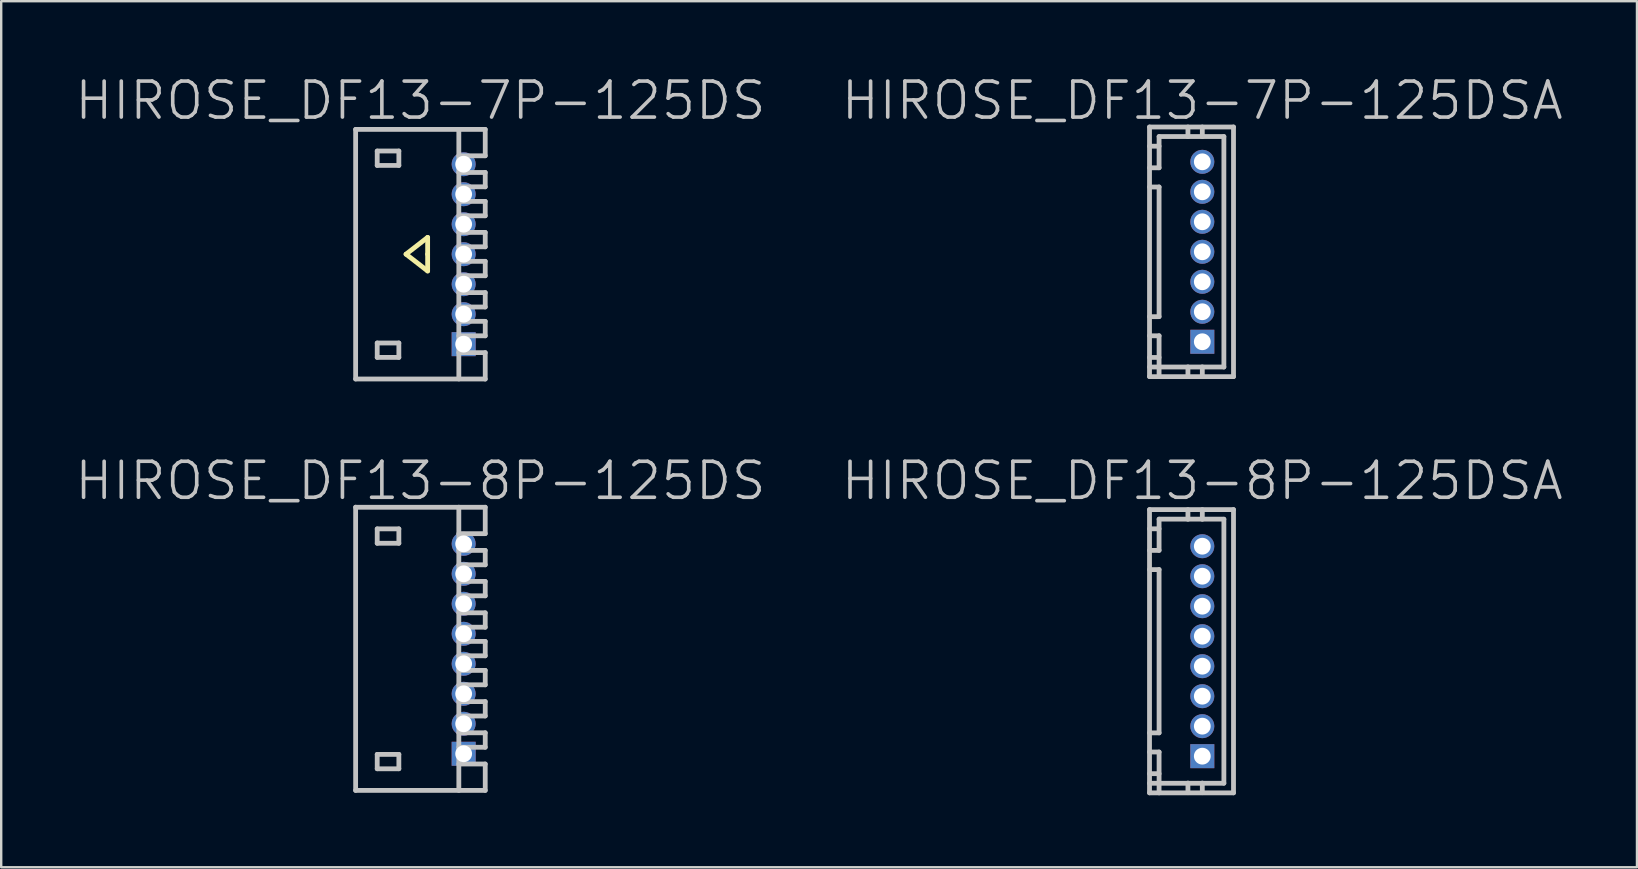
<source format=kicad_pcb>
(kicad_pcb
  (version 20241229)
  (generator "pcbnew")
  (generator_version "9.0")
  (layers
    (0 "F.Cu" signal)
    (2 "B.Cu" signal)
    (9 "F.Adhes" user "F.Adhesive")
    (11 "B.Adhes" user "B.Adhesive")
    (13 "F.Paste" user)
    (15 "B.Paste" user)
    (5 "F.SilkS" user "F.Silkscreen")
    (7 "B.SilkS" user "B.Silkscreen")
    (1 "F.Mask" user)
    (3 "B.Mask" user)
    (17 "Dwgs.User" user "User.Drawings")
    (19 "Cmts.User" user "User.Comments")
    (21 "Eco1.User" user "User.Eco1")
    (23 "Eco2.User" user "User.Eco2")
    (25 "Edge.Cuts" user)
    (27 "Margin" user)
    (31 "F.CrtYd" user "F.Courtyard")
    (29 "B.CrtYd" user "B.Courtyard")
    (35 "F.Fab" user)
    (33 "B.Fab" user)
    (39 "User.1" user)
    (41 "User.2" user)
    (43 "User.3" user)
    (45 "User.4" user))
  (footprint "HIROSE_DF13-7P-125DS"
    (layer "F.Cu")
    (at 14.468 7.541)
    (property "Reference" "HIROSE_DF13-7P-125DS" (at 0 -6.4 180) (layer "Dwgs.User") (effects (font (size 1.5 1.5) (thickness 0.15))))
    (attr through_hole)
    (fp_line (start -0.6 0) (end 0.3 0.7) (stroke (width 0.2) (type solid)) (layer "F.SilkS"))
    (fp_line (start 0.3 -0.7) (end -0.6 0) (stroke (width 0.2) (type solid)) (layer "F.SilkS"))
    (fp_line (start 0.3 0) (end 0.3 -0.7) (stroke (width 0.2) (type solid)) (layer "F.SilkS"))
    (fp_line (start 0.3 0.7) (end 0.3 0) (stroke (width 0.2) (type solid)) (layer "F.SilkS"))
    (fp_line (start -2.7 -5.199) (end -2.7 5.199) (stroke (width 0.2) (type solid)) (layer "Dwgs.User"))
    (fp_line (start -2.7 -5.199) (end 2.7 -5.199) (stroke (width 0.2) (type solid)) (layer "Dwgs.User"))
    (fp_line (start -2.7 5.202) (end 2.7 5.202) (stroke (width 0.2) (type solid)) (layer "Dwgs.User"))
    (fp_line (start -1.801 -4.298) (end -1.801 -3.698) (stroke (width 0.2) (type solid)) (layer "Dwgs.User"))
    (fp_line (start -1.801 -3.698) (end -0.899 -3.698) (stroke (width 0.2) (type solid)) (layer "Dwgs.User"))
    (fp_line (start -1.801 3.701) (end -0.899 3.701) (stroke (width 0.2) (type solid)) (layer "Dwgs.User"))
    (fp_line (start -1.801 4.3) (end -1.801 3.701) (stroke (width 0.2) (type solid)) (layer "Dwgs.User"))
    (fp_line (start -0.899 -4.298) (end -1.801 -4.298) (stroke (width 0.2) (type solid)) (layer "Dwgs.User"))
    (fp_line (start -0.899 -3.698) (end -0.899 -4.298) (stroke (width 0.2) (type solid)) (layer "Dwgs.User"))
    (fp_line (start -0.899 3.701) (end -0.899 4.3) (stroke (width 0.2) (type solid)) (layer "Dwgs.User"))
    (fp_line (start -0.899 4.3) (end -1.801 4.3) (stroke (width 0.2) (type solid)) (layer "Dwgs.User"))
    (fp_line (start 1.6 -4.1) (end 2.7 -4.1) (stroke (width 0.2) (type solid)) (layer "Dwgs.User"))
    (fp_line (start 1.6 -3.406) (end 2.7 -3.406) (stroke (width 0.2) (type solid)) (layer "Dwgs.User"))
    (fp_line (start 1.6 -2.807) (end 2.7 -2.807) (stroke (width 0.2) (type solid)) (layer "Dwgs.User"))
    (fp_line (start 1.6 -2.2) (end 2.7 -2.2) (stroke (width 0.2) (type solid)) (layer "Dwgs.User"))
    (fp_line (start 1.6 -0.907) (end 2.7 -0.907) (stroke (width 0.2) (type solid)) (layer "Dwgs.User"))
    (fp_line (start 1.6 0.297) (end 2.7 0.297) (stroke (width 0.2) (type solid)) (layer "Dwgs.User"))
    (fp_line (start 1.6 1.6) (end 2.7 1.6) (stroke (width 0.2) (type solid)) (layer "Dwgs.User"))
    (fp_line (start 1.6 2.799) (end 2.7 2.799) (stroke (width 0.2) (type solid)) (layer "Dwgs.User"))
    (fp_line (start 1.6 4.102) (end 2.7 4.102) (stroke (width 0.2) (type solid)) (layer "Dwgs.User"))
    (fp_line (start 1.6 5.199) (end 1.6 -5.199) (stroke (width 0.2) (type solid)) (layer "Dwgs.User"))
    (fp_line (start 2.7 -4.1) (end 2.7 -5.199) (stroke (width 0.2) (type solid)) (layer "Dwgs.User"))
    (fp_line (start 2.7 -2.807) (end 2.7 -3.406) (stroke (width 0.2) (type solid)) (layer "Dwgs.User"))
    (fp_line (start 2.7 -2.2) (end 2.7 -1.6) (stroke (width 0.2) (type solid)) (layer "Dwgs.User"))
    (fp_line (start 2.7 -1.6) (end 1.6 -1.6) (stroke (width 0.2) (type solid)) (layer "Dwgs.User"))
    (fp_line (start 2.7 -0.907) (end 2.7 -0.307) (stroke (width 0.2) (type solid)) (layer "Dwgs.User"))
    (fp_line (start 2.7 -0.307) (end 1.6 -0.307) (stroke (width 0.2) (type solid)) (layer "Dwgs.User"))
    (fp_line (start 2.7 0.297) (end 2.7 0.899) (stroke (width 0.2) (type solid)) (layer "Dwgs.User"))
    (fp_line (start 2.7 0.899) (end 1.6 0.899) (stroke (width 0.2) (type solid)) (layer "Dwgs.User"))
    (fp_line (start 2.7 1.6) (end 2.7 2.2) (stroke (width 0.2) (type solid)) (layer "Dwgs.User"))
    (fp_line (start 2.7 2.2) (end 1.6 2.2) (stroke (width 0.2) (type solid)) (layer "Dwgs.User"))
    (fp_line (start 2.7 2.799) (end 2.7 3.401) (stroke (width 0.2) (type solid)) (layer "Dwgs.User"))
    (fp_line (start 2.7 3.401) (end 1.6 3.401) (stroke (width 0.2) (type solid)) (layer "Dwgs.User"))
    (fp_line (start 2.7 5.202) (end 2.7 4.102) (stroke (width 0.2) (type solid)) (layer "Dwgs.User"))
    (pad "1" thru_hole rect (at 1.801 3.749 270) (size 1 1) (drill 0.7) (layers "*.Cu" "*.Mask"))
    (pad "2" thru_hole circle (at 1.801 2.499 270) (size 1 1) (drill 0.7) (layers "*.Cu" "*.Mask"))
    (pad "3" thru_hole circle (at 1.801 1.25 270) (size 1 1) (drill 0.7) (layers "*.Cu" "*.Mask"))
    (pad "4" thru_hole circle (at 1.801 0 270) (size 1 1) (drill 0.7) (layers "*.Cu" "*.Mask"))
    (pad "5" thru_hole circle (at 1.801 -1.25 270) (size 1 1) (drill 0.7) (layers "*.Cu" "*.Mask"))
    (pad "6" thru_hole circle (at 1.801 -2.499 270) (size 1 1) (drill 0.7) (layers "*.Cu" "*.Mask"))
    (pad "7" thru_hole circle (at 1.801 -3.749 270) (size 1 1) (drill 0.7) (layers "*.Cu" "*.Mask")))
  (footprint "HIROSE_DF13-8P-125DSA"
    (layer "F.Cu")
    (at 47.046 24.083)
    (property "Reference" "HIROSE_DF13-8P-125DSA" (at 0 -7.1 180) (layer "Dwgs.User") (effects (font (size 1.5 1.5) (thickness 0.15))))
    (attr through_hole)
    (fp_line (start -2.2 -5.9) (end 1.3 -5.9) (stroke (width 0.2) (type solid)) (layer "Dwgs.User"))
    (fp_line (start -2.2 -3.401) (end -1.801 -3.401) (stroke (width 0.2) (type solid)) (layer "Dwgs.User"))
    (fp_line (start -2.2 3.404) (end -1.801 3.404) (stroke (width 0.2) (type solid)) (layer "Dwgs.User"))
    (fp_line (start -2.2 5.9) (end -2.2 -5.9) (stroke (width 0.2) (type solid)) (layer "Dwgs.User"))
    (fp_line (start -1.801 -5.1) (end -2.2 -5.1) (stroke (width 0.2) (type solid)) (layer "Dwgs.User"))
    (fp_line (start -1.801 -4.201) (end -2.2 -4.201) (stroke (width 0.2) (type solid)) (layer "Dwgs.User"))
    (fp_line (start -1.801 -4.201) (end -1.801 -5.502) (stroke (width 0.2) (type solid)) (layer "Dwgs.User"))
    (fp_line (start -1.801 -3.401) (end -1.801 3.401) (stroke (width 0.2) (type solid)) (layer "Dwgs.User"))
    (fp_line (start -1.801 4.201) (end -2.2 4.201) (stroke (width 0.2) (type solid)) (layer "Dwgs.User"))
    (fp_line (start -1.801 4.201) (end -1.801 5.903) (stroke (width 0.2) (type solid)) (layer "Dwgs.User"))
    (fp_line (start -1.801 5.103) (end -2.2 5.103) (stroke (width 0.2) (type solid)) (layer "Dwgs.User"))
    (fp_line (start -0.599 -5.497) (end -0.599 -5.898) (stroke (width 0.2) (type solid)) (layer "Dwgs.User"))
    (fp_line (start -0.599 5.895) (end -0.599 5.494) (stroke (width 0.2) (type solid)) (layer "Dwgs.User"))
    (fp_line (start -0.099 -4.501) (end -0.099 -4.3) (stroke (width 0.2) (type solid)) (layer "Dwgs.User"))
    (fp_line (start -0.099 -4.3) (end 0.099 -4.3) (stroke (width 0.2) (type solid)) (layer "Dwgs.User"))
    (fp_line (start -0.099 -3.2) (end -0.099 -3) (stroke (width 0.2) (type solid)) (layer "Dwgs.User"))
    (fp_line (start -0.099 -3) (end 0.099 -3) (stroke (width 0.2) (type solid)) (layer "Dwgs.User"))
    (fp_line (start -0.099 -1.999) (end -0.099 -1.801) (stroke (width 0.2) (type solid)) (layer "Dwgs.User"))
    (fp_line (start -0.099 -1.801) (end 0.099 -1.801) (stroke (width 0.2) (type solid)) (layer "Dwgs.User"))
    (fp_line (start -0.099 -0.701) (end -0.099 -0.5) (stroke (width 0.2) (type solid)) (layer "Dwgs.User"))
    (fp_line (start -0.099 -0.5) (end 0.099 -0.5) (stroke (width 0.2) (type solid)) (layer "Dwgs.User"))
    (fp_line (start -0.099 0.5) (end 0.099 0.5) (stroke (width 0.2) (type solid)) (layer "Dwgs.User"))
    (fp_line (start -0.099 0.701) (end -0.099 0.5) (stroke (width 0.2) (type solid)) (layer "Dwgs.User"))
    (fp_line (start -0.099 1.801) (end 0.099 1.801) (stroke (width 0.2) (type solid)) (layer "Dwgs.User"))
    (fp_line (start -0.099 1.999) (end -0.099 1.801) (stroke (width 0.2) (type solid)) (layer "Dwgs.User"))
    (fp_line (start -0.099 3) (end 0.099 3) (stroke (width 0.2) (type solid)) (layer "Dwgs.User"))
    (fp_line (start -0.099 3.2) (end -0.099 3) (stroke (width 0.2) (type solid)) (layer "Dwgs.User"))
    (fp_line (start -0.099 4.3) (end 0.099 4.3) (stroke (width 0.2) (type solid)) (layer "Dwgs.User"))
    (fp_line (start -0.099 4.501) (end -0.099 4.3) (stroke (width 0.2) (type solid)) (layer "Dwgs.User"))
    (fp_line (start 0 -5.497) (end 0 -5.898) (stroke (width 0.2) (type solid)) (layer "Dwgs.User"))
    (fp_line (start 0 5.494) (end 0 5.895) (stroke (width 0.2) (type solid)) (layer "Dwgs.User"))
    (fp_line (start 0.099 -4.501) (end -0.099 -4.501) (stroke (width 0.2) (type solid)) (layer "Dwgs.User"))
    (fp_line (start 0.099 -4.3) (end 0.099 -4.501) (stroke (width 0.2) (type solid)) (layer "Dwgs.User"))
    (fp_line (start 0.099 -3.2) (end -0.099 -3.2) (stroke (width 0.2) (type solid)) (layer "Dwgs.User"))
    (fp_line (start 0.099 -3) (end 0.099 -3.2) (stroke (width 0.2) (type solid)) (layer "Dwgs.User"))
    (fp_line (start 0.099 -1.999) (end -0.099 -1.999) (stroke (width 0.2) (type solid)) (layer "Dwgs.User"))
    (fp_line (start 0.099 -1.801) (end 0.099 -1.999) (stroke (width 0.2) (type solid)) (layer "Dwgs.User"))
    (fp_line (start 0.099 -0.701) (end -0.099 -0.701) (stroke (width 0.2) (type solid)) (layer "Dwgs.User"))
    (fp_line (start 0.099 -0.5) (end 0.099 -0.701) (stroke (width 0.2) (type solid)) (layer "Dwgs.User"))
    (fp_line (start 0.099 0.5) (end 0.099 0.701) (stroke (width 0.2) (type solid)) (layer "Dwgs.User"))
    (fp_line (start 0.099 0.701) (end -0.099 0.701) (stroke (width 0.2) (type solid)) (layer "Dwgs.User"))
    (fp_line (start 0.099 1.801) (end 0.099 1.999) (stroke (width 0.2) (type solid)) (layer "Dwgs.User"))
    (fp_line (start 0.099 1.999) (end -0.099 1.999) (stroke (width 0.2) (type solid)) (layer "Dwgs.User"))
    (fp_line (start 0.099 3) (end 0.099 3.2) (stroke (width 0.2) (type solid)) (layer "Dwgs.User"))
    (fp_line (start 0.099 3.2) (end -0.099 3.2) (stroke (width 0.2) (type solid)) (layer "Dwgs.User"))
    (fp_line (start 0.099 4.3) (end 0.099 4.501) (stroke (width 0.2) (type solid)) (layer "Dwgs.User"))
    (fp_line (start 0.099 4.501) (end -0.099 4.501) (stroke (width 0.2) (type solid)) (layer "Dwgs.User"))
    (fp_line (start 0.899 -5.502) (end -1.801 -5.502) (stroke (width 0.2) (type solid)) (layer "Dwgs.User"))
    (fp_line (start 0.899 -5.499) (end 0.899 5.499) (stroke (width 0.2) (type solid)) (layer "Dwgs.User"))
    (fp_line (start 0.899 5.502) (end -2.2 5.502) (stroke (width 0.2) (type solid)) (layer "Dwgs.User"))
    (fp_line (start 1.3 5.9) (end 1.3 -5.9) (stroke (width 0.2) (type solid)) (layer "Dwgs.User"))
    (fp_line (start 1.3 5.903) (end -2.2 5.903) (stroke (width 0.2) (type solid)) (layer "Dwgs.User"))
    (pad "1" thru_hole rect (at 0 4.374 270) (size 1 1) (drill 0.7) (layers "*.Cu" "*.Mask"))
    (pad "2" thru_hole circle (at 0 3.124 270) (size 1 1) (drill 0.7) (layers "*.Cu" "*.Mask"))
    (pad "3" thru_hole circle (at 0 1.875 270) (size 1 1) (drill 0.7) (layers "*.Cu" "*.Mask"))
    (pad "4" thru_hole circle (at 0 0.625 270) (size 1 1) (drill 0.7) (layers "*.Cu" "*.Mask"))
    (pad "5" thru_hole circle (at 0 -0.625 270) (size 1 1) (drill 0.7) (layers "*.Cu" "*.Mask"))
    (pad "6" thru_hole circle (at 0 -1.875 270) (size 1 1) (drill 0.7) (layers "*.Cu" "*.Mask"))
    (pad "7" thru_hole circle (at 0 -3.124 270) (size 1 1) (drill 0.7) (layers "*.Cu" "*.Mask"))
    (pad "8" thru_hole circle (at 0 -4.374 270) (size 1 1) (drill 0.7) (layers "*.Cu" "*.Mask")))
  (footprint "HIROSE_DF13-7P-125DSA"
    (layer "F.Cu")
    (at 47.046 7.441)
    (property "Reference" "HIROSE_DF13-7P-125DSA" (at 0 -6.3 180) (layer "Dwgs.User") (effects (font (size 1.5 1.5) (thickness 0.15))))
    (attr through_hole)
    (fp_line (start -2.2 -5.199) (end 1.3 -5.199) (stroke (width 0.2) (type solid)) (layer "Dwgs.User"))
    (fp_line (start -2.2 -2.7) (end -1.801 -2.7) (stroke (width 0.2) (type solid)) (layer "Dwgs.User"))
    (fp_line (start -2.2 2.703) (end -1.801 2.703) (stroke (width 0.2) (type solid)) (layer "Dwgs.User"))
    (fp_line (start -2.2 5.199) (end -2.2 -5.199) (stroke (width 0.2) (type solid)) (layer "Dwgs.User"))
    (fp_line (start -1.801 -4.399) (end -2.2 -4.399) (stroke (width 0.2) (type solid)) (layer "Dwgs.User"))
    (fp_line (start -1.801 -3.5) (end -2.2 -3.5) (stroke (width 0.2) (type solid)) (layer "Dwgs.User"))
    (fp_line (start -1.801 -3.5) (end -1.801 -4.801) (stroke (width 0.2) (type solid)) (layer "Dwgs.User"))
    (fp_line (start -1.801 -2.7) (end -1.801 2.7) (stroke (width 0.2) (type solid)) (layer "Dwgs.User"))
    (fp_line (start -1.801 3.5) (end -2.2 3.5) (stroke (width 0.2) (type solid)) (layer "Dwgs.User"))
    (fp_line (start -1.801 3.5) (end -1.801 5.202) (stroke (width 0.2) (type solid)) (layer "Dwgs.User"))
    (fp_line (start -1.801 4.402) (end -2.2 4.402) (stroke (width 0.2) (type solid)) (layer "Dwgs.User"))
    (fp_line (start -0.599 -4.798) (end -0.599 -5.199) (stroke (width 0.2) (type solid)) (layer "Dwgs.User"))
    (fp_line (start -0.599 5.197) (end -0.599 4.796) (stroke (width 0.2) (type solid)) (layer "Dwgs.User"))
    (fp_line (start -0.099 -3.8) (end -0.099 -3.599) (stroke (width 0.2) (type solid)) (layer "Dwgs.User"))
    (fp_line (start -0.099 -3.599) (end 0.099 -3.599) (stroke (width 0.2) (type solid)) (layer "Dwgs.User"))
    (fp_line (start -0.099 -2.601) (end 0.099 -2.601) (stroke (width 0.2) (type solid)) (layer "Dwgs.User"))
    (fp_line (start -0.099 -2.4) (end -0.099 -2.601) (stroke (width 0.2) (type solid)) (layer "Dwgs.User"))
    (fp_line (start -0.099 -1.4) (end 0.099 -1.4) (stroke (width 0.2) (type solid)) (layer "Dwgs.User"))
    (fp_line (start -0.099 -1.199) (end -0.099 -1.4) (stroke (width 0.2) (type solid)) (layer "Dwgs.User"))
    (fp_line (start -0.099 -0.099) (end 0.099 -0.099) (stroke (width 0.2) (type solid)) (layer "Dwgs.User"))
    (fp_line (start -0.099 0.099) (end -0.099 -0.099) (stroke (width 0.2) (type solid)) (layer "Dwgs.User"))
    (fp_line (start -0.099 1.199) (end 0.099 1.199) (stroke (width 0.2) (type solid)) (layer "Dwgs.User"))
    (fp_line (start -0.099 1.4) (end -0.099 1.199) (stroke (width 0.2) (type solid)) (layer "Dwgs.User"))
    (fp_line (start -0.099 2.4) (end 0.099 2.4) (stroke (width 0.2) (type solid)) (layer "Dwgs.User"))
    (fp_line (start -0.099 2.601) (end -0.099 2.4) (stroke (width 0.2) (type solid)) (layer "Dwgs.User"))
    (fp_line (start -0.099 3.599) (end 0.099 3.599) (stroke (width 0.2) (type solid)) (layer "Dwgs.User"))
    (fp_line (start -0.099 3.8) (end -0.099 3.599) (stroke (width 0.2) (type solid)) (layer "Dwgs.User"))
    (fp_line (start 0 -4.798) (end 0 -5.199) (stroke (width 0.2) (type solid)) (layer "Dwgs.User"))
    (fp_line (start 0 4.796) (end 0 5.197) (stroke (width 0.2) (type solid)) (layer "Dwgs.User"))
    (fp_line (start 0.099 -3.8) (end -0.099 -3.8) (stroke (width 0.2) (type solid)) (layer "Dwgs.User"))
    (fp_line (start 0.099 -3.599) (end 0.099 -3.8) (stroke (width 0.2) (type solid)) (layer "Dwgs.User"))
    (fp_line (start 0.099 -2.601) (end 0.099 -2.4) (stroke (width 0.2) (type solid)) (layer "Dwgs.User"))
    (fp_line (start 0.099 -2.4) (end -0.099 -2.4) (stroke (width 0.2) (type solid)) (layer "Dwgs.User"))
    (fp_line (start 0.099 -1.4) (end 0.099 -1.199) (stroke (width 0.2) (type solid)) (layer "Dwgs.User"))
    (fp_line (start 0.099 -1.199) (end -0.099 -1.199) (stroke (width 0.2) (type solid)) (layer "Dwgs.User"))
    (fp_line (start 0.099 -0.099) (end 0.099 0.099) (stroke (width 0.2) (type solid)) (layer "Dwgs.User"))
    (fp_line (start 0.099 0.099) (end -0.099 0.099) (stroke (width 0.2) (type solid)) (layer "Dwgs.User"))
    (fp_line (start 0.099 1.199) (end 0.099 1.4) (stroke (width 0.2) (type solid)) (layer "Dwgs.User"))
    (fp_line (start 0.099 1.4) (end -0.099 1.4) (stroke (width 0.2) (type solid)) (layer "Dwgs.User"))
    (fp_line (start 0.099 2.4) (end 0.099 2.601) (stroke (width 0.2) (type solid)) (layer "Dwgs.User"))
    (fp_line (start 0.099 2.601) (end -0.099 2.601) (stroke (width 0.2) (type solid)) (layer "Dwgs.User"))
    (fp_line (start 0.099 3.599) (end 0.099 3.8) (stroke (width 0.2) (type solid)) (layer "Dwgs.User"))
    (fp_line (start 0.099 3.8) (end -0.099 3.8) (stroke (width 0.2) (type solid)) (layer "Dwgs.User"))
    (fp_line (start 0.899 -4.801) (end -1.801 -4.801) (stroke (width 0.2) (type solid)) (layer "Dwgs.User"))
    (fp_line (start 0.899 4.801) (end -2.2 4.801) (stroke (width 0.2) (type solid)) (layer "Dwgs.User"))
    (fp_line (start 0.899 4.801) (end 0.899 -4.801) (stroke (width 0.2) (type solid)) (layer "Dwgs.User"))
    (fp_line (start 1.3 -5.199) (end 1.3 5.199) (stroke (width 0.2) (type solid)) (layer "Dwgs.User"))
    (fp_line (start 1.3 5.202) (end -2.2 5.202) (stroke (width 0.2) (type solid)) (layer "Dwgs.User"))
    (pad "1" thru_hole rect (at 0 3.749 270) (size 1 1) (drill 0.7) (layers "*.Cu" "*.Mask"))
    (pad "2" thru_hole circle (at 0 2.499 270) (size 1 1) (drill 0.7) (layers "*.Cu" "*.Mask"))
    (pad "3" thru_hole circle (at 0 1.25 270) (size 1 1) (drill 0.7) (layers "*.Cu" "*.Mask"))
    (pad "4" thru_hole circle (at 0 0 270) (size 1 1) (drill 0.7) (layers "*.Cu" "*.Mask"))
    (pad "5" thru_hole circle (at 0 -1.25 270) (size 1 1) (drill 0.7) (layers "*.Cu" "*.Mask"))
    (pad "6" thru_hole circle (at 0 -2.499 270) (size 1 1) (drill 0.7) (layers "*.Cu" "*.Mask"))
    (pad "7" thru_hole circle (at 0 -3.749 270) (size 1 1) (drill 0.7) (layers "*.Cu" "*.Mask")))
  (footprint "HIROSE_DF13-8P-125DS"
    (layer "F.Cu")
    (at 14.468 23.983)
    (property "Reference" "HIROSE_DF13-8P-125DS" (at 0 -7 180) (layer "Dwgs.User") (effects (font (size 1.5 1.5) (thickness 0.15))))
    (attr through_hole)
    (fp_line (start -2.7 -5.898) (end 2.7 -5.898) (stroke (width 0.2) (type solid)) (layer "Dwgs.User"))
    (fp_line (start -2.7 5.9) (end -2.7 -5.9) (stroke (width 0.2) (type solid)) (layer "Dwgs.User"))
    (fp_line (start -2.7 5.9) (end 2.7 5.9) (stroke (width 0.2) (type solid)) (layer "Dwgs.User"))
    (fp_line (start -1.801 -4.996) (end -1.801 -4.397) (stroke (width 0.2) (type solid)) (layer "Dwgs.User"))
    (fp_line (start -1.801 -4.397) (end -0.899 -4.397) (stroke (width 0.2) (type solid)) (layer "Dwgs.User"))
    (fp_line (start -1.801 4.399) (end -0.899 4.399) (stroke (width 0.2) (type solid)) (layer "Dwgs.User"))
    (fp_line (start -1.801 4.999) (end -1.801 4.399) (stroke (width 0.2) (type solid)) (layer "Dwgs.User"))
    (fp_line (start -0.899 -4.996) (end -1.801 -4.996) (stroke (width 0.2) (type solid)) (layer "Dwgs.User"))
    (fp_line (start -0.899 -4.397) (end -0.899 -4.996) (stroke (width 0.2) (type solid)) (layer "Dwgs.User"))
    (fp_line (start -0.899 4.399) (end -0.899 4.999) (stroke (width 0.2) (type solid)) (layer "Dwgs.User"))
    (fp_line (start -0.899 4.999) (end -1.801 4.999) (stroke (width 0.2) (type solid)) (layer "Dwgs.User"))
    (fp_line (start 1.6 -5.9) (end 1.6 5.9) (stroke (width 0.2) (type solid)) (layer "Dwgs.User"))
    (fp_line (start 1.6 -4.798) (end 2.7 -4.798) (stroke (width 0.2) (type solid)) (layer "Dwgs.User"))
    (fp_line (start 1.6 -3.5) (end 2.7 -3.5) (stroke (width 0.2) (type solid)) (layer "Dwgs.User"))
    (fp_line (start 1.6 -2.807) (end 2.7 -2.807) (stroke (width 0.2) (type solid)) (layer "Dwgs.User"))
    (fp_line (start 1.6 -2.207) (end 2.7 -2.207) (stroke (width 0.2) (type solid)) (layer "Dwgs.User"))
    (fp_line (start 1.6 -1.499) (end 2.7 -1.499) (stroke (width 0.2) (type solid)) (layer "Dwgs.User"))
    (fp_line (start 1.6 -0.307) (end 2.7 -0.307) (stroke (width 0.2) (type solid)) (layer "Dwgs.User"))
    (fp_line (start 1.6 0.899) (end 2.7 0.899) (stroke (width 0.2) (type solid)) (layer "Dwgs.User"))
    (fp_line (start 1.6 2.2) (end 2.7 2.2) (stroke (width 0.2) (type solid)) (layer "Dwgs.User"))
    (fp_line (start 1.6 3.5) (end 2.7 3.5) (stroke (width 0.2) (type solid)) (layer "Dwgs.User"))
    (fp_line (start 1.6 4.801) (end 2.7 4.801) (stroke (width 0.2) (type solid)) (layer "Dwgs.User"))
    (fp_line (start 2.7 -4.798) (end 2.7 -5.898) (stroke (width 0.2) (type solid)) (layer "Dwgs.User"))
    (fp_line (start 2.7 -4.1) (end 1.6 -4.1) (stroke (width 0.2) (type solid)) (layer "Dwgs.User"))
    (fp_line (start 2.7 -3.5) (end 2.7 -4.1) (stroke (width 0.2) (type solid)) (layer "Dwgs.User"))
    (fp_line (start 2.7 -2.207) (end 2.7 -2.807) (stroke (width 0.2) (type solid)) (layer "Dwgs.User"))
    (fp_line (start 2.7 -1.499) (end 2.7 -0.899) (stroke (width 0.2) (type solid)) (layer "Dwgs.User"))
    (fp_line (start 2.7 -0.899) (end 1.6 -0.899) (stroke (width 0.2) (type solid)) (layer "Dwgs.User"))
    (fp_line (start 2.7 -0.307) (end 2.7 0.292) (stroke (width 0.2) (type solid)) (layer "Dwgs.User"))
    (fp_line (start 2.7 0.292) (end 1.6 0.292) (stroke (width 0.2) (type solid)) (layer "Dwgs.User"))
    (fp_line (start 2.7 0.899) (end 2.7 1.501) (stroke (width 0.2) (type solid)) (layer "Dwgs.User"))
    (fp_line (start 2.7 1.501) (end 1.6 1.501) (stroke (width 0.2) (type solid)) (layer "Dwgs.User"))
    (fp_line (start 2.7 2.2) (end 2.7 2.799) (stroke (width 0.2) (type solid)) (layer "Dwgs.User"))
    (fp_line (start 2.7 2.799) (end 1.6 2.799) (stroke (width 0.2) (type solid)) (layer "Dwgs.User"))
    (fp_line (start 2.7 3.5) (end 2.7 4.102) (stroke (width 0.2) (type solid)) (layer "Dwgs.User"))
    (fp_line (start 2.7 4.102) (end 1.6 4.102) (stroke (width 0.2) (type solid)) (layer "Dwgs.User"))
    (fp_line (start 2.7 5.9) (end 2.7 4.801) (stroke (width 0.2) (type solid)) (layer "Dwgs.User"))
    (pad "1" thru_hole rect (at 1.801 4.374 270) (size 1 1) (drill 0.7) (layers "*.Cu" "*.Mask"))
    (pad "2" thru_hole circle (at 1.801 3.124 270) (size 1 1) (drill 0.7) (layers "*.Cu" "*.Mask"))
    (pad "3" thru_hole circle (at 1.801 1.875 270) (size 1 1) (drill 0.7) (layers "*.Cu" "*.Mask"))
    (pad "4" thru_hole circle (at 1.801 0.625 270) (size 1 1) (drill 0.7) (layers "*.Cu" "*.Mask"))
    (pad "5" thru_hole circle (at 1.801 -0.625 270) (size 1 1) (drill 0.7) (layers "*.Cu" "*.Mask"))
    (pad "6" thru_hole circle (at 1.801 -1.875 270) (size 1 1) (drill 0.7) (layers "*.Cu" "*.Mask"))
    (pad "7" thru_hole circle (at 1.801 -3.124 270) (size 1 1) (drill 0.7) (layers "*.Cu" "*.Mask"))
    (pad "8" thru_hole circle (at 1.801 -4.374 270) (size 1 1) (drill 0.7) (layers "*.Cu" "*.Mask")))
  (gr_rect
    (start -3 -3)
    (end 65.157 33.086)
    (stroke (width 0.1) (type default))
    (fill no)
    (layer "Edge.Cuts")))
</source>
